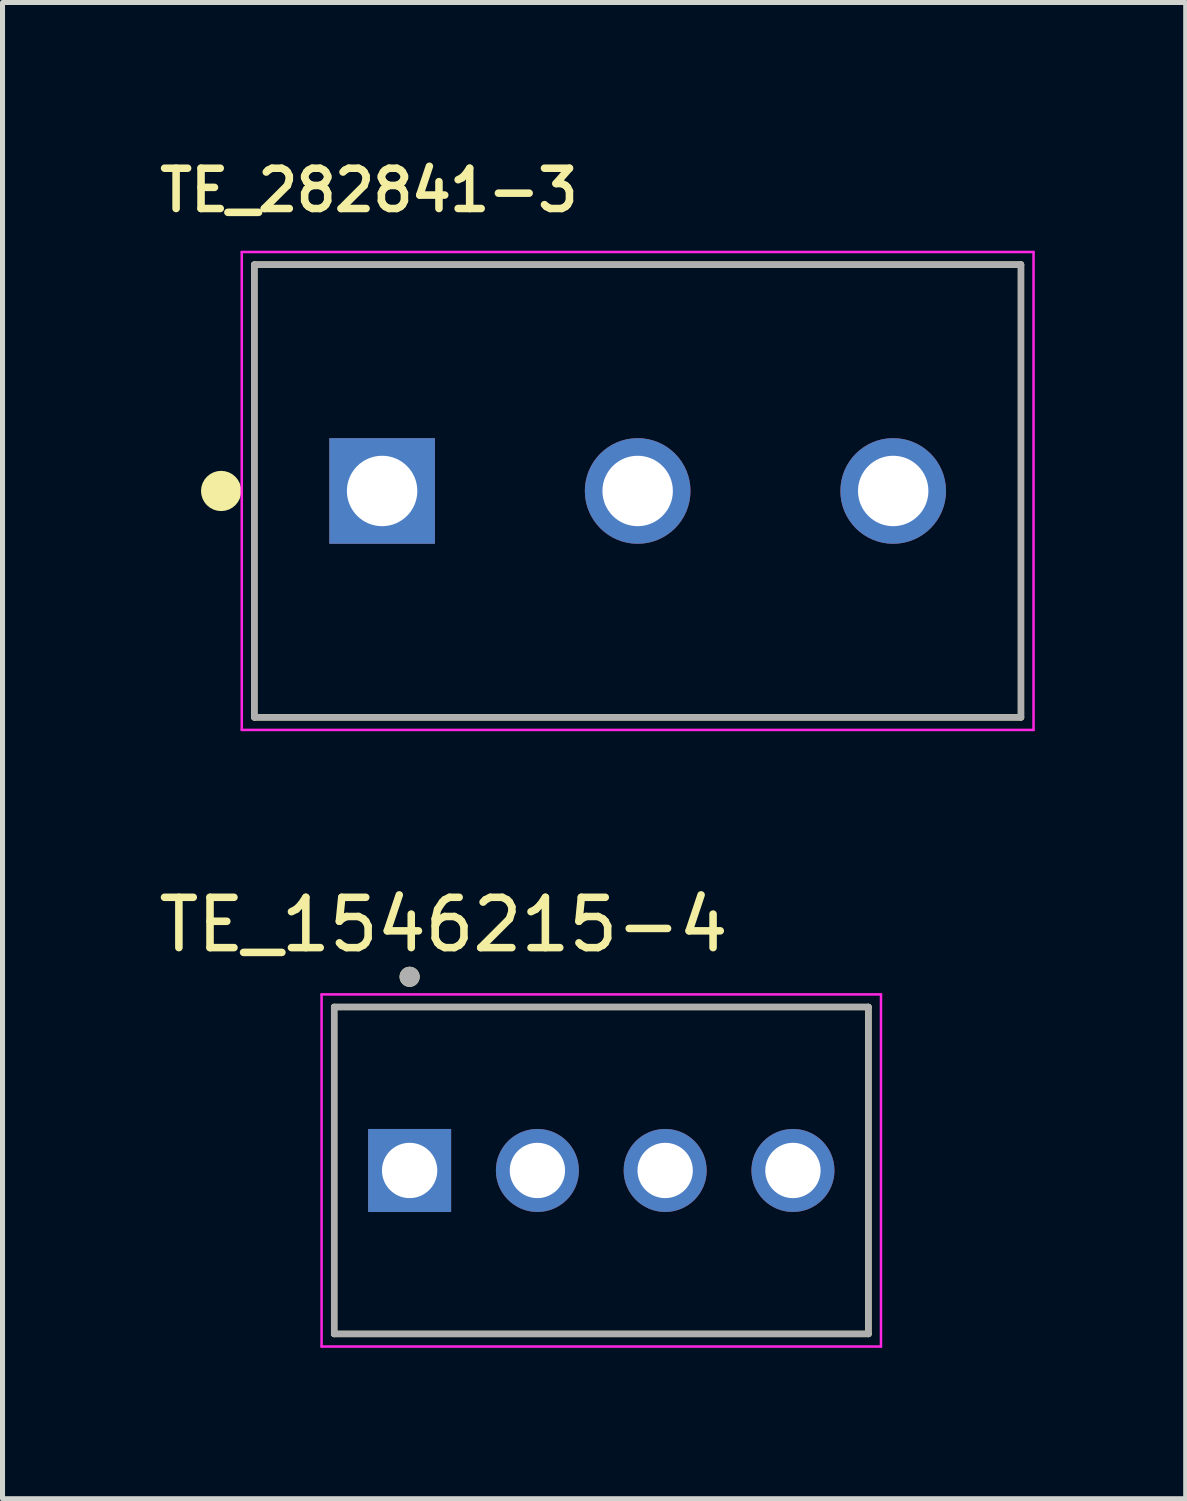
<source format=kicad_pcb>
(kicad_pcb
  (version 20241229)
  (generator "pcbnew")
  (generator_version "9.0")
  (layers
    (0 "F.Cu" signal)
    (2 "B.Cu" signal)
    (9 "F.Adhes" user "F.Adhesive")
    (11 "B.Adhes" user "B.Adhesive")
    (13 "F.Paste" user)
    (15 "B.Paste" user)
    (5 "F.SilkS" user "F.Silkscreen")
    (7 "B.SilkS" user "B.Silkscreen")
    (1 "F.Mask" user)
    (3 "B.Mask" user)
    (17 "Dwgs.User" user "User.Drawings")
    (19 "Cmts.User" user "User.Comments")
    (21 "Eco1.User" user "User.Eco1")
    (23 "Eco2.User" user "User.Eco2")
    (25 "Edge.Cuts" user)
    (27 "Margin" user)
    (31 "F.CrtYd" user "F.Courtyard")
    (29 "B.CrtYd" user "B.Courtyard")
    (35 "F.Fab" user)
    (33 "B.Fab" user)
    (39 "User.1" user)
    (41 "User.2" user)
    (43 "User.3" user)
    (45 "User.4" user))
  (footprint "TE_1546215-4"
    (layer "F.Cu")
    (at 8.903 20.218)
    (property "Reference" "TE_1546215-4" (at -3.135 -4.885 0) (layer "F.SilkS") (effects (font (size 1 1) (thickness 0.15))))
    (attr through_hole)
    (fp_line (start -5.31 -3.25) (end 5.31 -3.25) (stroke (width 0.127) (type solid)) (layer "F.SilkS"))
    (fp_line (start -5.31 3.25) (end -5.31 -3.25) (stroke (width 0.127) (type solid)) (layer "F.SilkS"))
    (fp_line (start 5.31 -3.25) (end 5.31 3.25) (stroke (width 0.127) (type solid)) (layer "F.SilkS"))
    (fp_line (start 5.31 3.25) (end -5.31 3.25) (stroke (width 0.127) (type solid)) (layer "F.SilkS"))
    (fp_circle (center -3.81 -3.85) (end -3.71 -3.85) (stroke (width 0.2) (type solid)) (fill no) (layer "F.SilkS"))
    (fp_line (start -5.56 -3.5) (end 5.56 -3.5) (stroke (width 0.05) (type solid)) (layer "F.CrtYd"))
    (fp_line (start -5.56 3.5) (end -5.56 -3.5) (stroke (width 0.05) (type solid)) (layer "F.CrtYd"))
    (fp_line (start 5.56 -3.5) (end 5.56 3.5) (stroke (width 0.05) (type solid)) (layer "F.CrtYd"))
    (fp_line (start 5.56 3.5) (end -5.56 3.5) (stroke (width 0.05) (type solid)) (layer "F.CrtYd"))
    (fp_line (start -5.31 -3.25) (end 5.31 -3.25) (stroke (width 0.127) (type solid)) (layer "F.Fab"))
    (fp_line (start -5.31 3.25) (end -5.31 -3.25) (stroke (width 0.127) (type solid)) (layer "F.Fab"))
    (fp_line (start 5.31 -3.25) (end 5.31 3.25) (stroke (width 0.127) (type solid)) (layer "F.Fab"))
    (fp_line (start 5.31 3.25) (end -5.31 3.25) (stroke (width 0.127) (type solid)) (layer "F.Fab"))
    (fp_circle (center -3.81 -3.85) (end -3.71 -3.85) (stroke (width 0.2) (type solid)) (fill no) (layer "F.Fab"))
    (pad "1" thru_hole rect (at -3.81 0) (size 1.65 1.65) (drill 1.1) (layers "*.Cu" "*.Mask"))
    (pad "2" thru_hole circle (at -1.27 0) (size 1.65 1.65) (drill 1.1) (layers "*.Cu" "*.Mask"))
    (pad "3" thru_hole circle (at 1.27 0) (size 1.65 1.65) (drill 1.1) (layers "*.Cu" "*.Mask"))
    (pad "4" thru_hole circle (at 3.81 0) (size 1.65 1.65) (drill 1.1) (layers "*.Cu" "*.Mask")))
  (footprint "TE_282841-3"
    (layer "F.Cu")
    (at 9.626 6.71)
    (property "Reference" "TE_282841-3" (at -5.342 -5.978 0) (layer "F.SilkS") (effects (font (size 0.801 0.801) (thickness 0.15))))
    (attr through_hole)
    (fp_line (start -7.62 -4.5) (end -7.62 4.5) (stroke (width 0.127) (type solid)) (layer "F.SilkS"))
    (fp_line (start -7.62 4.5) (end 7.62 4.5) (stroke (width 0.127) (type solid)) (layer "F.SilkS"))
    (fp_line (start 7.62 -4.5) (end -7.62 -4.5) (stroke (width 0.127) (type solid)) (layer "F.SilkS"))
    (fp_line (start 7.62 4.5) (end 7.62 -4.5) (stroke (width 0.127) (type solid)) (layer "F.SilkS"))
    (fp_circle (center -8.28 0) (end -8.08 0) (stroke (width 0.4) (type solid)) (fill no) (layer "F.SilkS"))
    (fp_line (start -7.87 -4.75) (end 7.87 -4.75) (stroke (width 0.05) (type solid)) (layer "F.CrtYd"))
    (fp_line (start -7.87 4.75) (end -7.87 -4.75) (stroke (width 0.05) (type solid)) (layer "F.CrtYd"))
    (fp_line (start 7.87 -4.75) (end 7.87 4.75) (stroke (width 0.05) (type solid)) (layer "F.CrtYd"))
    (fp_line (start 7.87 4.75) (end -7.87 4.75) (stroke (width 0.05) (type solid)) (layer "F.CrtYd"))
    (fp_line (start -7.62 -4.5) (end -7.62 4.5) (stroke (width 0.127) (type solid)) (layer "F.Fab"))
    (fp_line (start -7.62 4.5) (end 7.62 4.5) (stroke (width 0.127) (type solid)) (layer "F.Fab"))
    (fp_line (start 7.62 -4.5) (end -7.62 -4.5) (stroke (width 0.127) (type solid)) (layer "F.Fab"))
    (fp_line (start 7.62 4.5) (end 7.62 -4.5) (stroke (width 0.127) (type solid)) (layer "F.Fab"))
    (pad "1" thru_hole rect (at -5.08 0) (size 2.1 2.1) (drill 1.4) (layers "*.Cu" "*.Mask"))
    (pad "2" thru_hole circle (at 0 0) (size 2.1 2.1) (drill 1.4) (layers "*.Cu" "*.Mask"))
    (pad "3" thru_hole circle (at 5.08 0) (size 2.1 2.1) (drill 1.4) (layers "*.Cu" "*.Mask")))
  (gr_rect
    (start -3 -3)
    (end 20.521 26.743)
    (stroke (width 0.1) (type default))
    (fill no)
    (layer "Edge.Cuts")))
</source>
